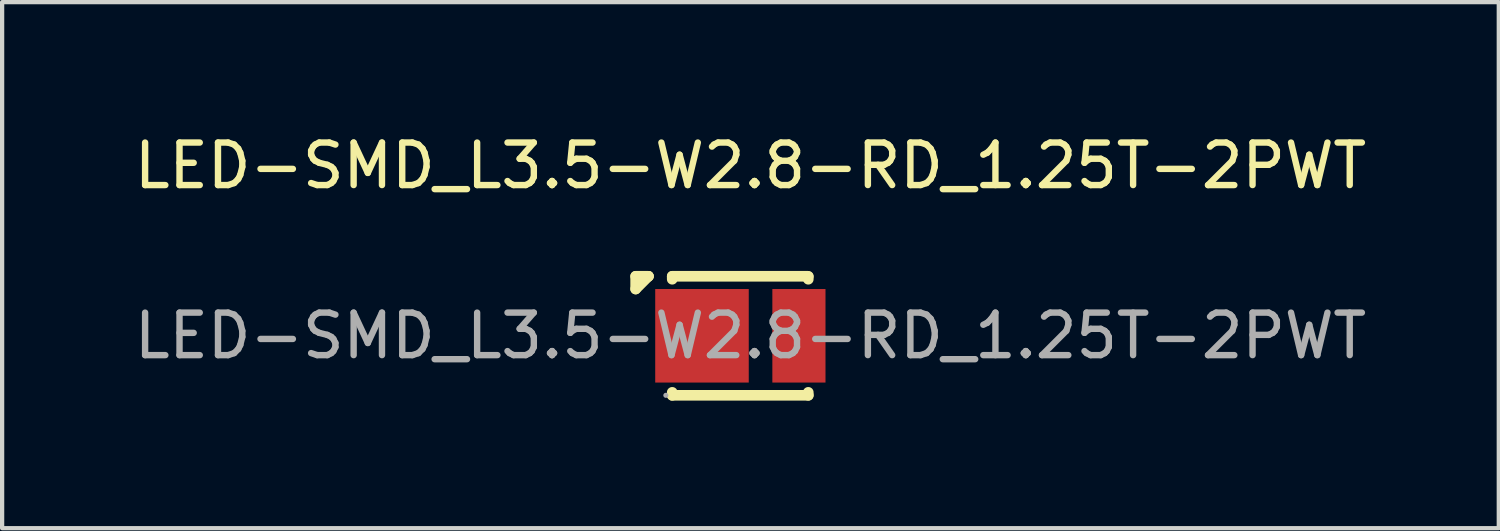
<source format=kicad_pcb>
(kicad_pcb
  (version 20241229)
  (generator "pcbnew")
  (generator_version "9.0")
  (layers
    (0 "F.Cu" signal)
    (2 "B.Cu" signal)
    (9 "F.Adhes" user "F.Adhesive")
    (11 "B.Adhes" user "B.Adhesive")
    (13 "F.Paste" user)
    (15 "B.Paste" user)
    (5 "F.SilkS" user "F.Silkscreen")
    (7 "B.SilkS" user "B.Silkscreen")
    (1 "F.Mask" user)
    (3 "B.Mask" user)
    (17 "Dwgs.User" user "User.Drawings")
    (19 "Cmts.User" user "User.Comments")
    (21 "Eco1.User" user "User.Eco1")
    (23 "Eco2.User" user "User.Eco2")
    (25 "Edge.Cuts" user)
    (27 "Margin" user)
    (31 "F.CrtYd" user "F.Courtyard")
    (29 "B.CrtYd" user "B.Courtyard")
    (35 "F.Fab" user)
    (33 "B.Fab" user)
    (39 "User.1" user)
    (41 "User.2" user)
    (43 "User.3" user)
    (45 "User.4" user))
  (footprint "LED-SMD_L3.5-W2.8-RD_1.25T-2PWT"
    (layer "F.Cu")
    (at 14.601 4.848)
    (property "Reference" "LED-SMD_L3.5-W2.8-RD_1.25T-2PWT" (at 0 -4 0) (layer "F.SilkS") (effects (font (size 1 1) (thickness 0.15))))
    (attr through_hole)
    (fp_line (start -2.7 -1.4) (end -2.7 -1.1) (stroke (width 0.25) (type solid)) (layer "F.SilkS"))
    (fp_line (start -2.4 -1.4) (end -2.7 -1.4) (stroke (width 0.25) (type solid)) (layer "F.SilkS"))
    (fp_line (start -2.4 -1.4) (end -2.7 -1.1) (stroke (width 0.25) (type solid)) (layer "F.SilkS"))
    (fp_line (start -2.4 -1.4) (end -2.4 -1.4) (stroke (width 0.25) (type solid)) (layer "F.SilkS"))
    (fp_line (start -1.84 -1.4) (end -1.84 -1.33) (stroke (width 0.25) (type solid)) (layer "F.SilkS"))
    (fp_line (start -1.84 1.33) (end -1.84 1.4) (stroke (width 0.25) (type solid)) (layer "F.SilkS"))
    (fp_line (start -1.84 1.4) (end 1.36 1.4) (stroke (width 0.25) (type solid)) (layer "F.SilkS"))
    (fp_line (start 1.36 -1.4) (end -1.84 -1.4) (stroke (width 0.25) (type solid)) (layer "F.SilkS"))
    (fp_line (start 1.36 -1.33) (end 1.36 -1.39) (stroke (width 0.25) (type solid)) (layer "F.SilkS"))
    (fp_line (start 1.36 1.4) (end 1.36 1.33) (stroke (width 0.25) (type solid)) (layer "F.SilkS"))
    (fp_circle (center -1.99 1.4) (end -1.96 1.4) (stroke (width 0.06) (type solid)) (fill no) (layer "F.Fab"))
    (fp_text user "${REFERENCE}" (at 0 0 0) (layer "F.Fab") (effects (font (size 1 1) (thickness 0.15))))
    (pad "1" smd rect (at -1.14 0 180) (size 2.2 2.2) (layers "F.Cu" "F.Mask" "F.Paste"))
    (pad "2" smd rect (at 1.14 0 180) (size 1.25 2.2) (layers "F.Cu" "F.Mask" "F.Paste")))
  (gr_rect
    (start -3 -3)
    (end 32.202 9.373)
    (stroke (width 0.1) (type default))
    (fill no)
    (layer "Edge.Cuts")))
</source>
